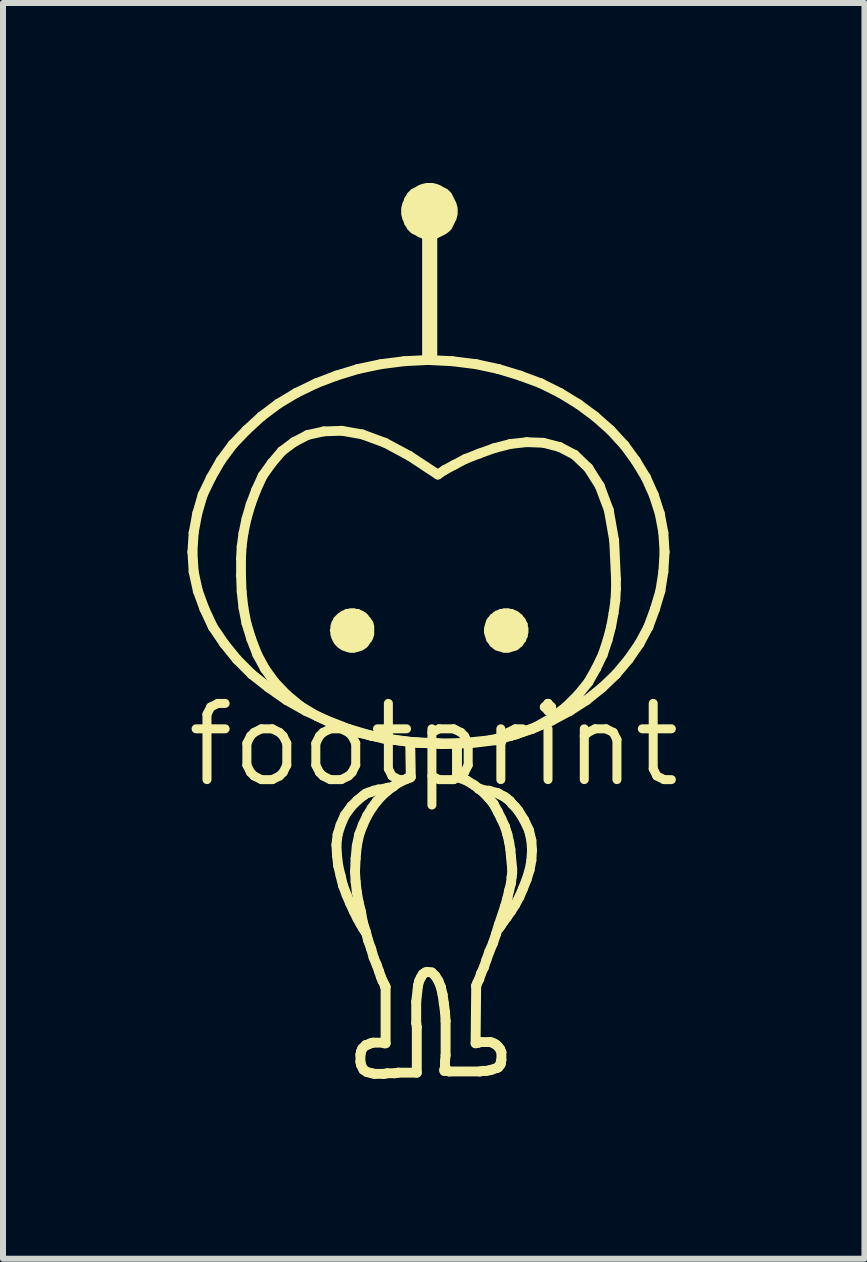
<source format=kicad_pcb>
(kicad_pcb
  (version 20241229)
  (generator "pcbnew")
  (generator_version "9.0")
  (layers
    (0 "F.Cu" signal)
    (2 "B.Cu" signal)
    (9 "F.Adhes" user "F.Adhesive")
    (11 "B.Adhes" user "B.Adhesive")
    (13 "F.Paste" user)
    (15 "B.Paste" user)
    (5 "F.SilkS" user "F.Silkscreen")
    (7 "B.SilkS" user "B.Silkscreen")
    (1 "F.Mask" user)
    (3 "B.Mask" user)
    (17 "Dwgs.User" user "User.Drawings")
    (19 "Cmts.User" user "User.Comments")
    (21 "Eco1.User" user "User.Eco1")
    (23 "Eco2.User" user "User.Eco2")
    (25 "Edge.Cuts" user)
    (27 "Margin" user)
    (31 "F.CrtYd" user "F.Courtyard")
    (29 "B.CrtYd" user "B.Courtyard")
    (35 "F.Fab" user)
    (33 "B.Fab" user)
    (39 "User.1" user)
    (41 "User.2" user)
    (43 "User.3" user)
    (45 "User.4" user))
  (footprint "footprint"
    (layer "F.Cu")
    (at 4.18 9.366)
    (property "Reference" "footprint" (at 0 0 0) (layer "F.SilkS") (effects (font (size 1.27 1.27) (thickness 0.15))))
    (fp_line (start -4.022 -3.215) (end -4.002 -3.535) (stroke (width 0.165) (type solid)) (layer "F.SilkS"))
    (fp_line (start -4.002 -3.535) (end -3.942 -3.855) (stroke (width 0.165) (type solid)) (layer "F.SilkS"))
    (fp_line (start -4.002 -2.885) (end -4.022 -3.215) (stroke (width 0.165) (type solid)) (layer "F.SilkS"))
    (fp_line (start -3.942 -3.855) (end -3.852 -4.165) (stroke (width 0.165) (type solid)) (layer "F.SilkS"))
    (fp_line (start -3.932 -2.565) (end -4.002 -2.885) (stroke (width 0.165) (type solid)) (layer "F.SilkS"))
    (fp_line (start -3.852 -4.165) (end -3.712 -4.455) (stroke (width 0.165) (type solid)) (layer "F.SilkS"))
    (fp_line (start -3.822 -2.265) (end -3.932 -2.565) (stroke (width 0.165) (type solid)) (layer "F.SilkS"))
    (fp_line (start -3.712 -4.455) (end -3.552 -4.735) (stroke (width 0.165) (type solid)) (layer "F.SilkS"))
    (fp_line (start -3.682 -1.965) (end -3.822 -2.265) (stroke (width 0.165) (type solid)) (layer "F.SilkS"))
    (fp_line (start -3.552 -4.735) (end -3.352 -5.005) (stroke (width 0.165) (type solid)) (layer "F.SilkS"))
    (fp_line (start -3.492 -1.685) (end -3.682 -1.965) (stroke (width 0.165) (type solid)) (layer "F.SilkS"))
    (fp_line (start -3.352 -5.005) (end -3.122 -5.245) (stroke (width 0.165) (type solid)) (layer "F.SilkS"))
    (fp_line (start -3.282 -1.425) (end -3.492 -1.685) (stroke (width 0.165) (type solid)) (layer "F.SilkS"))
    (fp_line (start -3.212 -3.105) (end -3.202 -3.305) (stroke (width 0.163) (type solid)) (layer "F.SilkS"))
    (fp_line (start -3.212 -2.825) (end -3.212 -3.105) (stroke (width 0.163) (type solid)) (layer "F.SilkS"))
    (fp_line (start -3.202 -3.305) (end -3.172 -3.525) (stroke (width 0.163) (type solid)) (layer "F.SilkS"))
    (fp_line (start -3.202 -2.555) (end -3.212 -2.825) (stroke (width 0.163) (type solid)) (layer "F.SilkS"))
    (fp_line (start -3.172 -3.525) (end -3.122 -3.765) (stroke (width 0.163) (type solid)) (layer "F.SilkS"))
    (fp_line (start -3.172 -2.285) (end -3.202 -2.555) (stroke (width 0.163) (type solid)) (layer "F.SilkS"))
    (fp_line (start -3.122 -5.245) (end -2.872 -5.475) (stroke (width 0.165) (type solid)) (layer "F.SilkS"))
    (fp_line (start -3.122 -3.765) (end -3.052 -4.005) (stroke (width 0.163) (type solid)) (layer "F.SilkS"))
    (fp_line (start -3.122 -2.025) (end -3.172 -2.285) (stroke (width 0.163) (type solid)) (layer "F.SilkS"))
    (fp_line (start -3.052 -4.005) (end -2.962 -4.245) (stroke (width 0.163) (type solid)) (layer "F.SilkS"))
    (fp_line (start -3.042 -1.765) (end -3.122 -2.025) (stroke (width 0.163) (type solid)) (layer "F.SilkS"))
    (fp_line (start -3.032 -1.175) (end -3.282 -1.425) (stroke (width 0.165) (type solid)) (layer "F.SilkS"))
    (fp_line (start -2.962 -4.245) (end -2.852 -4.485) (stroke (width 0.163) (type solid)) (layer "F.SilkS"))
    (fp_line (start -2.942 -1.505) (end -3.042 -1.765) (stroke (width 0.163) (type solid)) (layer "F.SilkS"))
    (fp_line (start -2.872 -5.475) (end -2.592 -5.685) (stroke (width 0.165) (type solid)) (layer "F.SilkS"))
    (fp_line (start -2.852 -4.485) (end -2.702 -4.695) (stroke (width 0.163) (type solid)) (layer "F.SilkS"))
    (fp_line (start -2.812 -1.265) (end -2.942 -1.505) (stroke (width 0.163) (type solid)) (layer "F.SilkS"))
    (fp_line (start -2.752 -0.955) (end -3.032 -1.175) (stroke (width 0.165) (type solid)) (layer "F.SilkS"))
    (fp_line (start -2.702 -4.695) (end -2.532 -4.895) (stroke (width 0.163) (type solid)) (layer "F.SilkS"))
    (fp_line (start -2.652 -1.045) (end -2.812 -1.265) (stroke (width 0.163) (type solid)) (layer "F.SilkS"))
    (fp_line (start -2.592 -5.685) (end -2.292 -5.865) (stroke (width 0.165) (type solid)) (layer "F.SilkS"))
    (fp_line (start -2.532 -4.895) (end -2.332 -5.045) (stroke (width 0.163) (type solid)) (layer "F.SilkS"))
    (fp_line (start -2.452 -0.835) (end -2.652 -1.045) (stroke (width 0.163) (type solid)) (layer "F.SilkS"))
    (fp_line (start -2.452 -0.745) (end -2.752 -0.955) (stroke (width 0.165) (type solid)) (layer "F.SilkS"))
    (fp_line (start -2.332 -5.045) (end -2.102 -5.165) (stroke (width 0.163) (type solid)) (layer "F.SilkS"))
    (fp_line (start -2.292 -5.865) (end -1.962 -6.025) (stroke (width 0.165) (type solid)) (layer "F.SilkS"))
    (fp_line (start -2.222 -0.645) (end -2.452 -0.835) (stroke (width 0.163) (type solid)) (layer "F.SilkS"))
    (fp_line (start -2.132 -0.565) (end -2.452 -0.745) (stroke (width 0.165) (type solid)) (layer "F.SilkS"))
    (fp_line (start -2.102 -5.165) (end -1.832 -5.225) (stroke (width 0.163) (type solid)) (layer "F.SilkS"))
    (fp_line (start -1.962 -6.025) (end -1.622 -6.155) (stroke (width 0.165) (type solid)) (layer "F.SilkS"))
    (fp_line (start -1.942 -0.475) (end -2.222 -0.645) (stroke (width 0.163) (type solid)) (layer "F.SilkS"))
    (fp_line (start -1.832 -5.225) (end -1.532 -5.235) (stroke (width 0.163) (type solid)) (layer "F.SilkS"))
    (fp_line (start -1.782 -0.405) (end -2.132 -0.565) (stroke (width 0.165) (type solid)) (layer "F.SilkS"))
    (fp_line (start -1.622 -6.155) (end -1.262 -6.265) (stroke (width 0.165) (type solid)) (layer "F.SilkS"))
    (fp_line (start -1.622 -0.325) (end -1.942 -0.475) (stroke (width 0.163) (type solid)) (layer "F.SilkS"))
    (fp_line (start -1.622 1.665) (end -1.602 1.495) (stroke (width 0.165) (type solid)) (layer "F.SilkS"))
    (fp_line (start -1.612 1.845) (end -1.622 1.665) (stroke (width 0.165) (type solid)) (layer "F.SilkS"))
    (fp_line (start -1.602 1.495) (end -1.552 1.335) (stroke (width 0.165) (type solid)) (layer "F.SilkS"))
    (fp_line (start -1.592 2.015) (end -1.612 1.845) (stroke (width 0.165) (type solid)) (layer "F.SilkS"))
    (fp_line (start -1.552 1.335) (end -1.482 1.175) (stroke (width 0.165) (type solid)) (layer "F.SilkS"))
    (fp_line (start -1.552 2.185) (end -1.592 2.015) (stroke (width 0.165) (type solid)) (layer "F.SilkS"))
    (fp_line (start -1.532 -5.235) (end -1.192 -5.175) (stroke (width 0.163) (type solid)) (layer "F.SilkS"))
    (fp_line (start -1.512 2.345) (end -1.552 2.185) (stroke (width 0.165) (type solid)) (layer "F.SilkS"))
    (fp_line (start -1.482 1.175) (end -1.372 1.025) (stroke (width 0.165) (type solid)) (layer "F.SilkS"))
    (fp_line (start -1.452 2.505) (end -1.512 2.345) (stroke (width 0.165) (type solid)) (layer "F.SilkS"))
    (fp_line (start -1.422 -0.265) (end -1.782 -0.405) (stroke (width 0.165) (type solid)) (layer "F.SilkS"))
    (fp_line (start -1.392 2.645) (end -1.452 2.505) (stroke (width 0.165) (type solid)) (layer "F.SilkS"))
    (fp_line (start -1.372 1.025) (end -1.272 0.925) (stroke (width 0.165) (type solid)) (layer "F.SilkS"))
    (fp_line (start -1.332 2.775) (end -1.392 2.645) (stroke (width 0.165) (type solid)) (layer "F.SilkS"))
    (fp_line (start -1.312 2.115) (end -1.302 1.895) (stroke (width 0.165) (type solid)) (layer "F.SilkS"))
    (fp_line (start -1.302 1.895) (end -1.282 1.685) (stroke (width 0.165) (type solid)) (layer "F.SilkS"))
    (fp_line (start -1.302 2.285) (end -1.312 2.115) (stroke (width 0.165) (type solid)) (layer "F.SilkS"))
    (fp_line (start -1.282 1.685) (end -1.242 1.495) (stroke (width 0.165) (type solid)) (layer "F.SilkS"))
    (fp_line (start -1.282 2.455) (end -1.302 2.285) (stroke (width 0.165) (type solid)) (layer "F.SilkS"))
    (fp_line (start -1.272 0.925) (end -1.172 0.845) (stroke (width 0.165) (type solid)) (layer "F.SilkS"))
    (fp_line (start -1.272 2.895) (end -1.332 2.775) (stroke (width 0.165) (type solid)) (layer "F.SilkS"))
    (fp_line (start -1.262 -6.265) (end -0.882 -6.345) (stroke (width 0.165) (type solid)) (layer "F.SilkS"))
    (fp_line (start -1.262 -0.205) (end -1.622 -0.325) (stroke (width 0.163) (type solid)) (layer "F.SilkS"))
    (fp_line (start -1.252 2.625) (end -1.282 2.455) (stroke (width 0.165) (type solid)) (layer "F.SilkS"))
    (fp_line (start -1.242 1.495) (end -1.182 1.335) (stroke (width 0.165) (type solid)) (layer "F.SilkS"))
    (fp_line (start -1.222 2.985) (end -1.272 2.895) (stroke (width 0.165) (type solid)) (layer "F.SilkS"))
    (fp_line (start -1.222 5.165) (end -1.212 5.115) (stroke (width 0.165) (type solid)) (layer "F.SilkS"))
    (fp_line (start -1.222 5.285) (end -1.222 5.165) (stroke (width 0.165) (type solid)) (layer "F.SilkS"))
    (fp_line (start -1.212 2.785) (end -1.252 2.625) (stroke (width 0.165) (type solid)) (layer "F.SilkS"))
    (fp_line (start -1.212 5.115) (end -1.192 5.065) (stroke (width 0.165) (type solid)) (layer "F.SilkS"))
    (fp_line (start -1.212 5.335) (end -1.222 5.285) (stroke (width 0.165) (type solid)) (layer "F.SilkS"))
    (fp_line (start -1.192 -5.175) (end -0.812 -5.035) (stroke (width 0.163) (type solid)) (layer "F.SilkS"))
    (fp_line (start -1.192 5.065) (end -1.132 5.005) (stroke (width 0.165) (type solid)) (layer "F.SilkS"))
    (fp_line (start -1.182 1.335) (end -1.112 1.185) (stroke (width 0.165) (type solid)) (layer "F.SilkS"))
    (fp_line (start -1.182 2.955) (end -1.212 2.785) (stroke (width 0.165) (type solid)) (layer "F.SilkS"))
    (fp_line (start -1.182 3.055) (end -1.222 2.985) (stroke (width 0.165) (type solid)) (layer "F.SilkS"))
    (fp_line (start -1.172 0.845) (end -1.132 0.815) (stroke (width 0.165) (type solid)) (layer "F.SilkS"))
    (fp_line (start -1.172 5.415) (end -1.212 5.335) (stroke (width 0.165) (type solid)) (layer "F.SilkS"))
    (fp_line (start -1.152 3.095) (end -1.182 3.055) (stroke (width 0.165) (type solid)) (layer "F.SilkS"))
    (fp_line (start -1.142 3.115) (end -1.152 3.095) (stroke (width 0.165) (type solid)) (layer "F.SilkS"))
    (fp_line (start -1.132 0.815) (end -1.082 0.795) (stroke (width 0.165) (type solid)) (layer "F.SilkS"))
    (fp_line (start -1.132 3.115) (end -1.182 2.955) (stroke (width 0.165) (type solid)) (layer "F.SilkS"))
    (fp_line (start -1.132 5.005) (end -1.092 4.995) (stroke (width 0.165) (type solid)) (layer "F.SilkS"))
    (fp_line (start -1.112 1.185) (end -1.032 1.055) (stroke (width 0.165) (type solid)) (layer "F.SilkS"))
    (fp_line (start -1.112 5.455) (end -1.172 5.415) (stroke (width 0.165) (type solid)) (layer "F.SilkS"))
    (fp_line (start -1.092 3.265) (end -1.132 3.115) (stroke (width 0.165) (type solid)) (layer "F.SilkS"))
    (fp_line (start -1.092 4.995) (end -1.052 4.975) (stroke (width 0.165) (type solid)) (layer "F.SilkS"))
    (fp_line (start -1.082 0.795) (end -1.042 0.785) (stroke (width 0.165) (type solid)) (layer "F.SilkS"))
    (fp_line (start -1.052 -0.155) (end -1.422 -0.265) (stroke (width 0.165) (type solid)) (layer "F.SilkS"))
    (fp_line (start -1.052 4.975) (end -1.012 4.965) (stroke (width 0.165) (type solid)) (layer "F.SilkS"))
    (fp_line (start -1.042 0.785) (end -1.002 0.765) (stroke (width 0.165) (type solid)) (layer "F.SilkS"))
    (fp_line (start -1.042 3.405) (end -1.092 3.265) (stroke (width 0.165) (type solid)) (layer "F.SilkS"))
    (fp_line (start -1.032 1.055) (end -0.952 0.945) (stroke (width 0.165) (type solid)) (layer "F.SilkS"))
    (fp_line (start -1.032 5.475) (end -1.112 5.455) (stroke (width 0.165) (type solid)) (layer "F.SilkS"))
    (fp_line (start -1.012 4.965) (end -0.842 4.965) (stroke (width 0.165) (type solid)) (layer "F.SilkS"))
    (fp_line (start -1.002 0.765) (end -0.922 0.745) (stroke (width 0.165) (type solid)) (layer "F.SilkS"))
    (fp_line (start -1.002 3.545) (end -1.042 3.405) (stroke (width 0.165) (type solid)) (layer "F.SilkS"))
    (fp_line (start -0.982 5.485) (end -1.032 5.475) (stroke (width 0.165) (type solid)) (layer "F.SilkS"))
    (fp_line (start -0.952 0.945) (end -0.862 0.845) (stroke (width 0.165) (type solid)) (layer "F.SilkS"))
    (fp_line (start -0.952 3.665) (end -1.002 3.545) (stroke (width 0.165) (type solid)) (layer "F.SilkS"))
    (fp_line (start -0.922 0.745) (end -0.882 0.745) (stroke (width 0.165) (type solid)) (layer "F.SilkS"))
    (fp_line (start -0.912 3.775) (end -0.952 3.665) (stroke (width 0.165) (type solid)) (layer "F.SilkS"))
    (fp_line (start -0.882 -6.345) (end -0.492 -6.395) (stroke (width 0.165) (type solid)) (layer "F.SilkS"))
    (fp_line (start -0.882 0.745) (end -0.762 0.715) (stroke (width 0.165) (type solid)) (layer "F.SilkS"))
    (fp_line (start -0.882 3.865) (end -0.912 3.775) (stroke (width 0.165) (type solid)) (layer "F.SilkS"))
    (fp_line (start -0.862 0.845) (end -0.772 0.765) (stroke (width 0.165) (type solid)) (layer "F.SilkS"))
    (fp_line (start -0.852 3.935) (end -0.882 3.865) (stroke (width 0.165) (type solid)) (layer "F.SilkS"))
    (fp_line (start -0.842 -0.105) (end -1.262 -0.205) (stroke (width 0.163) (type solid)) (layer "F.SilkS"))
    (fp_line (start -0.842 4.965) (end -0.822 4.975) (stroke (width 0.165) (type solid)) (layer "F.SilkS"))
    (fp_line (start -0.832 5.485) (end -0.982 5.485) (stroke (width 0.165) (type solid)) (layer "F.SilkS"))
    (fp_line (start -0.822 3.995) (end -0.852 3.935) (stroke (width 0.165) (type solid)) (layer "F.SilkS"))
    (fp_line (start -0.822 4.975) (end -0.802 4.975) (stroke (width 0.165) (type solid)) (layer "F.SilkS"))
    (fp_line (start -0.812 -5.035) (end -0.402 -4.815) (stroke (width 0.163) (type solid)) (layer "F.SilkS"))
    (fp_line (start -0.812 4.025) (end -0.822 3.995) (stroke (width 0.165) (type solid)) (layer "F.SilkS"))
    (fp_line (start -0.802 4.035) (end -0.812 4.025) (stroke (width 0.165) (type solid)) (layer "F.SilkS"))
    (fp_line (start -0.802 4.975) (end -0.802 4.035) (stroke (width 0.165) (type solid)) (layer "F.SilkS"))
    (fp_line (start -0.772 0.765) (end -0.612 0.645) (stroke (width 0.165) (type solid)) (layer "F.SilkS"))
    (fp_line (start -0.772 5.475) (end -0.832 5.485) (stroke (width 0.165) (type solid)) (layer "F.SilkS"))
    (fp_line (start -0.762 0.715) (end -0.722 0.715) (stroke (width 0.165) (type solid)) (layer "F.SilkS"))
    (fp_line (start -0.722 0.715) (end -0.672 0.695) (stroke (width 0.165) (type solid)) (layer "F.SilkS"))
    (fp_line (start -0.662 -0.085) (end -1.052 -0.155) (stroke (width 0.165) (type solid)) (layer "F.SilkS"))
    (fp_line (start -0.652 5.475) (end -0.772 5.475) (stroke (width 0.165) (type solid)) (layer "F.SilkS"))
    (fp_line (start -0.612 0.645) (end -0.432 0.555) (stroke (width 0.165) (type solid)) (layer "F.SilkS"))
    (fp_line (start -0.592 5.465) (end -0.652 5.475) (stroke (width 0.165) (type solid)) (layer "F.SilkS"))
    (fp_line (start -0.492 -6.395) (end -0.092 -6.415) (stroke (width 0.165) (type solid)) (layer "F.SilkS"))
    (fp_line (start -0.432 0.555) (end -0.392 0.545) (stroke (width 0.165) (type solid)) (layer "F.SilkS"))
    (fp_line (start -0.402 -4.815) (end 0.068 -4.505) (stroke (width 0.163) (type solid)) (layer "F.SilkS"))
    (fp_line (start -0.392 -0.045) (end 0.388 -0.015) (stroke (width 0.165) (type solid)) (layer "F.SilkS"))
    (fp_line (start -0.392 0.545) (end -0.382 0.535) (stroke (width 0.165) (type solid)) (layer "F.SilkS"))
    (fp_line (start -0.382 -0.045) (end -0.842 -0.105) (stroke (width 0.163) (type solid)) (layer "F.SilkS"))
    (fp_line (start -0.382 0.535) (end -0.392 -0.045) (stroke (width 0.165) (type solid)) (layer "F.SilkS"))
    (fp_line (start -0.292 4.285) (end -0.292 4.635) (stroke (width 0.165) (type solid)) (layer "F.SilkS"))
    (fp_line (start -0.292 4.635) (end -0.282 4.705) (stroke (width 0.165) (type solid)) (layer "F.SilkS"))
    (fp_line (start -0.282 4.705) (end -0.282 5.465) (stroke (width 0.165) (type solid)) (layer "F.SilkS"))
    (fp_line (start -0.282 5.465) (end -0.592 5.465) (stroke (width 0.165) (type solid)) (layer "F.SilkS"))
    (fp_line (start -0.262 -0.035) (end -0.662 -0.085) (stroke (width 0.165) (type solid)) (layer "F.SilkS"))
    (fp_line (start -0.262 4.015) (end -0.292 4.285) (stroke (width 0.165) (type solid)) (layer "F.SilkS"))
    (fp_line (start -0.242 3.935) (end -0.262 4.015) (stroke (width 0.165) (type solid)) (layer "F.SilkS"))
    (fp_line (start -0.212 3.875) (end -0.242 3.935) (stroke (width 0.165) (type solid)) (layer "F.SilkS"))
    (fp_line (start -0.182 3.825) (end -0.212 3.875) (stroke (width 0.165) (type solid)) (layer "F.SilkS"))
    (fp_line (start -0.142 3.795) (end -0.182 3.825) (stroke (width 0.165) (type solid)) (layer "F.SilkS"))
    (fp_line (start -0.102 3.785) (end -0.142 3.795) (stroke (width 0.165) (type solid)) (layer "F.SilkS"))
    (fp_line (start -0.092 -6.415) (end 0.308 -6.395) (stroke (width 0.165) (type solid)) (layer "F.SilkS"))
    (fp_line (start -0.032 3.795) (end -0.102 3.785) (stroke (width 0.165) (type solid)) (layer "F.SilkS"))
    (fp_line (start 0.028 3.855) (end -0.032 3.795) (stroke (width 0.165) (type solid)) (layer "F.SilkS"))
    (fp_line (start 0.068 -4.505) (end 0.188 -4.585) (stroke (width 0.163) (type solid)) (layer "F.SilkS"))
    (fp_line (start 0.078 3.935) (end 0.028 3.855) (stroke (width 0.165) (type solid)) (layer "F.SilkS"))
    (fp_line (start 0.118 4.035) (end 0.078 3.935) (stroke (width 0.165) (type solid)) (layer "F.SilkS"))
    (fp_line (start 0.138 -0.015) (end -0.382 -0.045) (stroke (width 0.163) (type solid)) (layer "F.SilkS"))
    (fp_line (start 0.148 -0.015) (end -0.262 -0.035) (stroke (width 0.165) (type solid)) (layer "F.SilkS"))
    (fp_line (start 0.148 4.165) (end 0.118 4.035) (stroke (width 0.165) (type solid)) (layer "F.SilkS"))
    (fp_line (start 0.168 4.305) (end 0.148 4.165) (stroke (width 0.165) (type solid)) (layer "F.SilkS"))
    (fp_line (start 0.178 5.415) (end 0.188 5.365) (stroke (width 0.165) (type solid)) (layer "F.SilkS"))
    (fp_line (start 0.178 5.435) (end 0.178 5.415) (stroke (width 0.165) (type solid)) (layer "F.SilkS"))
    (fp_line (start 0.188 -4.585) (end 0.338 -4.665) (stroke (width 0.163) (type solid)) (layer "F.SilkS"))
    (fp_line (start 0.188 4.455) (end 0.168 4.305) (stroke (width 0.165) (type solid)) (layer "F.SilkS"))
    (fp_line (start 0.188 5.275) (end 0.198 5.175) (stroke (width 0.165) (type solid)) (layer "F.SilkS"))
    (fp_line (start 0.188 5.365) (end 0.188 5.275) (stroke (width 0.165) (type solid)) (layer "F.SilkS"))
    (fp_line (start 0.198 4.605) (end 0.188 4.455) (stroke (width 0.165) (type solid)) (layer "F.SilkS"))
    (fp_line (start 0.198 5.175) (end 0.198 4.605) (stroke (width 0.165) (type solid)) (layer "F.SilkS"))
    (fp_line (start 0.238 5.435) (end 0.178 5.435) (stroke (width 0.165) (type solid)) (layer "F.SilkS"))
    (fp_line (start 0.258 5.445) (end 0.238 5.435) (stroke (width 0.165) (type solid)) (layer "F.SilkS"))
    (fp_line (start 0.308 -6.395) (end 0.708 -6.345) (stroke (width 0.165) (type solid)) (layer "F.SilkS"))
    (fp_line (start 0.338 -4.665) (end 0.528 -4.765) (stroke (width 0.163) (type solid)) (layer "F.SilkS"))
    (fp_line (start 0.388 -0.015) (end 0.388 0.535) (stroke (width 0.165) (type solid)) (layer "F.SilkS"))
    (fp_line (start 0.388 0.535) (end 0.548 0.595) (stroke (width 0.165) (type solid)) (layer "F.SilkS"))
    (fp_line (start 0.528 -4.765) (end 0.758 -4.855) (stroke (width 0.163) (type solid)) (layer "F.SilkS"))
    (fp_line (start 0.548 -0.035) (end 0.148 -0.015) (stroke (width 0.165) (type solid)) (layer "F.SilkS"))
    (fp_line (start 0.548 0.595) (end 0.678 0.675) (stroke (width 0.165) (type solid)) (layer "F.SilkS"))
    (fp_line (start 0.608 -0.025) (end 0.138 -0.015) (stroke (width 0.163) (type solid)) (layer "F.SilkS"))
    (fp_line (start 0.678 0.675) (end 0.798 0.765) (stroke (width 0.165) (type solid)) (layer "F.SilkS"))
    (fp_line (start 0.698 4.975) (end 0.708 4.965) (stroke (width 0.165) (type solid)) (layer "F.SilkS"))
    (fp_line (start 0.708 -6.345) (end 1.078 -6.265) (stroke (width 0.165) (type solid)) (layer "F.SilkS"))
    (fp_line (start 0.708 4.015) (end 0.708 4.025) (stroke (width 0.165) (type solid)) (layer "F.SilkS"))
    (fp_line (start 0.708 4.025) (end 0.698 4.975) (stroke (width 0.165) (type solid)) (layer "F.SilkS"))
    (fp_line (start 0.708 4.965) (end 0.748 4.965) (stroke (width 0.165) (type solid)) (layer "F.SilkS"))
    (fp_line (start 0.728 3.965) (end 0.708 4.015) (stroke (width 0.165) (type solid)) (layer "F.SilkS"))
    (fp_line (start 0.748 4.965) (end 0.778 4.955) (stroke (width 0.165) (type solid)) (layer "F.SilkS"))
    (fp_line (start 0.758 -4.855) (end 1.008 -4.945) (stroke (width 0.163) (type solid)) (layer "F.SilkS"))
    (fp_line (start 0.758 3.905) (end 0.728 3.965) (stroke (width 0.165) (type solid)) (layer "F.SilkS"))
    (fp_line (start 0.768 5.445) (end 0.258 5.445) (stroke (width 0.165) (type solid)) (layer "F.SilkS"))
    (fp_line (start 0.778 4.955) (end 0.938 4.955) (stroke (width 0.165) (type solid)) (layer "F.SilkS"))
    (fp_line (start 0.788 3.815) (end 0.758 3.905) (stroke (width 0.165) (type solid)) (layer "F.SilkS"))
    (fp_line (start 0.798 0.745) (end 0.748 0.735) (stroke (width 0.165) (type solid)) (layer "F.SilkS"))
    (fp_line (start 0.798 0.765) (end 0.908 0.875) (stroke (width 0.165) (type solid)) (layer "F.SilkS"))
    (fp_line (start 0.828 5.435) (end 0.768 5.445) (stroke (width 0.165) (type solid)) (layer "F.SilkS"))
    (fp_line (start 0.838 3.705) (end 0.788 3.815) (stroke (width 0.165) (type solid)) (layer "F.SilkS"))
    (fp_line (start 0.878 0.765) (end 0.798 0.745) (stroke (width 0.165) (type solid)) (layer "F.SilkS"))
    (fp_line (start 0.878 3.585) (end 0.838 3.705) (stroke (width 0.165) (type solid)) (layer "F.SilkS"))
    (fp_line (start 0.878 5.435) (end 0.828 5.435) (stroke (width 0.165) (type solid)) (layer "F.SilkS"))
    (fp_line (start 0.908 0.875) (end 0.998 0.985) (stroke (width 0.165) (type solid)) (layer "F.SilkS"))
    (fp_line (start 0.918 0.765) (end 0.878 0.765) (stroke (width 0.165) (type solid)) (layer "F.SilkS"))
    (fp_line (start 0.928 -0.075) (end 0.548 -0.035) (stroke (width 0.165) (type solid)) (layer "F.SilkS"))
    (fp_line (start 0.928 3.445) (end 0.878 3.585) (stroke (width 0.165) (type solid)) (layer "F.SilkS"))
    (fp_line (start 0.928 5.425) (end 0.878 5.435) (stroke (width 0.165) (type solid)) (layer "F.SilkS"))
    (fp_line (start 0.938 4.955) (end 0.978 4.965) (stroke (width 0.165) (type solid)) (layer "F.SilkS"))
    (fp_line (start 0.948 0.775) (end 0.918 0.765) (stroke (width 0.165) (type solid)) (layer "F.SilkS"))
    (fp_line (start 0.968 5.415) (end 0.928 5.425) (stroke (width 0.165) (type solid)) (layer "F.SilkS"))
    (fp_line (start 0.978 4.965) (end 1.018 4.985) (stroke (width 0.165) (type solid)) (layer "F.SilkS"))
    (fp_line (start 0.988 3.305) (end 0.928 3.445) (stroke (width 0.165) (type solid)) (layer "F.SilkS"))
    (fp_line (start 0.998 0.985) (end 1.068 1.115) (stroke (width 0.165) (type solid)) (layer "F.SilkS"))
    (fp_line (start 1.008 -4.945) (end 1.278 -5.015) (stroke (width 0.163) (type solid)) (layer "F.SilkS"))
    (fp_line (start 1.018 -0.075) (end 0.608 -0.025) (stroke (width 0.163) (type solid)) (layer "F.SilkS"))
    (fp_line (start 1.018 4.985) (end 1.048 5.005) (stroke (width 0.165) (type solid)) (layer "F.SilkS"))
    (fp_line (start 1.038 3.155) (end 0.988 3.305) (stroke (width 0.165) (type solid)) (layer "F.SilkS"))
    (fp_line (start 1.048 5.005) (end 1.078 5.035) (stroke (width 0.165) (type solid)) (layer "F.SilkS"))
    (fp_line (start 1.058 5.385) (end 0.968 5.415) (stroke (width 0.165) (type solid)) (layer "F.SilkS"))
    (fp_line (start 1.068 0.805) (end 0.948 0.775) (stroke (width 0.165) (type solid)) (layer "F.SilkS"))
    (fp_line (start 1.068 1.115) (end 1.128 1.235) (stroke (width 0.165) (type solid)) (layer "F.SilkS"))
    (fp_line (start 1.068 3.065) (end 1.088 3.055) (stroke (width 0.165) (type solid)) (layer "F.SilkS"))
    (fp_line (start 1.078 -6.265) (end 1.438 -6.155) (stroke (width 0.165) (type solid)) (layer "F.SilkS"))
    (fp_line (start 1.078 5.035) (end 1.108 5.075) (stroke (width 0.165) (type solid)) (layer "F.SilkS"))
    (fp_line (start 1.078 5.375) (end 1.058 5.385) (stroke (width 0.165) (type solid)) (layer "F.SilkS"))
    (fp_line (start 1.088 2.995) (end 1.038 3.155) (stroke (width 0.165) (type solid)) (layer "F.SilkS"))
    (fp_line (start 1.088 3.055) (end 1.118 3.015) (stroke (width 0.165) (type solid)) (layer "F.SilkS"))
    (fp_line (start 1.088 5.355) (end 1.078 5.375) (stroke (width 0.165) (type solid)) (layer "F.SilkS"))
    (fp_line (start 1.098 0.825) (end 1.068 0.805) (stroke (width 0.165) (type solid)) (layer "F.SilkS"))
    (fp_line (start 1.108 5.075) (end 1.128 5.125) (stroke (width 0.165) (type solid)) (layer "F.SilkS"))
    (fp_line (start 1.108 5.335) (end 1.088 5.355) (stroke (width 0.165) (type solid)) (layer "F.SilkS"))
    (fp_line (start 1.118 3.015) (end 1.158 2.955) (stroke (width 0.165) (type solid)) (layer "F.SilkS"))
    (fp_line (start 1.118 5.285) (end 1.118 5.315) (stroke (width 0.165) (type solid)) (layer "F.SilkS"))
    (fp_line (start 1.118 5.315) (end 1.108 5.335) (stroke (width 0.165) (type solid)) (layer "F.SilkS"))
    (fp_line (start 1.128 1.235) (end 1.188 1.365) (stroke (width 0.165) (type solid)) (layer "F.SilkS"))
    (fp_line (start 1.128 5.125) (end 1.128 5.255) (stroke (width 0.165) (type solid)) (layer "F.SilkS"))
    (fp_line (start 1.128 5.255) (end 1.118 5.285) (stroke (width 0.165) (type solid)) (layer "F.SilkS"))
    (fp_line (start 1.158 2.955) (end 1.218 2.875) (stroke (width 0.165) (type solid)) (layer "F.SilkS"))
    (fp_line (start 1.178 0.865) (end 1.098 0.825) (stroke (width 0.165) (type solid)) (layer "F.SilkS"))
    (fp_line (start 1.188 1.365) (end 1.228 1.495) (stroke (width 0.165) (type solid)) (layer "F.SilkS"))
    (fp_line (start 1.188 2.695) (end 1.088 2.995) (stroke (width 0.165) (type solid)) (layer "F.SilkS"))
    (fp_line (start 1.218 0.895) (end 1.178 0.865) (stroke (width 0.165) (type solid)) (layer "F.SilkS"))
    (fp_line (start 1.218 2.875) (end 1.288 2.775) (stroke (width 0.165) (type solid)) (layer "F.SilkS"))
    (fp_line (start 1.228 1.495) (end 1.258 1.625) (stroke (width 0.165) (type solid)) (layer "F.SilkS"))
    (fp_line (start 1.228 2.555) (end 1.188 2.695) (stroke (width 0.165) (type solid)) (layer "F.SilkS"))
    (fp_line (start 1.258 1.625) (end 1.278 1.745) (stroke (width 0.165) (type solid)) (layer "F.SilkS"))
    (fp_line (start 1.258 2.425) (end 1.228 2.555) (stroke (width 0.165) (type solid)) (layer "F.SilkS"))
    (fp_line (start 1.268 0.935) (end 1.218 0.895) (stroke (width 0.165) (type solid)) (layer "F.SilkS"))
    (fp_line (start 1.278 -5.015) (end 1.548 -5.045) (stroke (width 0.163) (type solid)) (layer "F.SilkS"))
    (fp_line (start 1.278 1.745) (end 1.288 1.865) (stroke (width 0.165) (type solid)) (layer "F.SilkS"))
    (fp_line (start 1.288 1.865) (end 1.308 2.065) (stroke (width 0.165) (type solid)) (layer "F.SilkS"))
    (fp_line (start 1.288 2.305) (end 1.258 2.425) (stroke (width 0.165) (type solid)) (layer "F.SilkS"))
    (fp_line (start 1.288 2.775) (end 1.358 2.665) (stroke (width 0.165) (type solid)) (layer "F.SilkS"))
    (fp_line (start 1.298 -0.155) (end 0.928 -0.075) (stroke (width 0.165) (type solid)) (layer "F.SilkS"))
    (fp_line (start 1.298 2.205) (end 1.288 2.305) (stroke (width 0.165) (type solid)) (layer "F.SilkS"))
    (fp_line (start 1.308 0.985) (end 1.268 0.935) (stroke (width 0.165) (type solid)) (layer "F.SilkS"))
    (fp_line (start 1.308 2.065) (end 1.308 2.135) (stroke (width 0.165) (type solid)) (layer "F.SilkS"))
    (fp_line (start 1.308 2.135) (end 1.298 2.205) (stroke (width 0.165) (type solid)) (layer "F.SilkS"))
    (fp_line (start 1.358 1.035) (end 1.308 0.985) (stroke (width 0.165) (type solid)) (layer "F.SilkS"))
    (fp_line (start 1.358 2.665) (end 1.428 2.535) (stroke (width 0.165) (type solid)) (layer "F.SilkS"))
    (fp_line (start 1.378 -0.175) (end 1.018 -0.075) (stroke (width 0.163) (type solid)) (layer "F.SilkS"))
    (fp_line (start 1.408 1.095) (end 1.358 1.035) (stroke (width 0.165) (type solid)) (layer "F.SilkS"))
    (fp_line (start 1.428 2.535) (end 1.488 2.395) (stroke (width 0.165) (type solid)) (layer "F.SilkS"))
    (fp_line (start 1.438 -6.155) (end 1.788 -6.025) (stroke (width 0.165) (type solid)) (layer "F.SilkS"))
    (fp_line (start 1.488 2.395) (end 1.548 2.245) (stroke (width 0.165) (type solid)) (layer "F.SilkS"))
    (fp_line (start 1.508 1.255) (end 1.408 1.095) (stroke (width 0.165) (type solid)) (layer "F.SilkS"))
    (fp_line (start 1.548 -5.045) (end 1.828 -5.035) (stroke (width 0.163) (type solid)) (layer "F.SilkS"))
    (fp_line (start 1.548 2.245) (end 1.598 2.085) (stroke (width 0.165) (type solid)) (layer "F.SilkS"))
    (fp_line (start 1.588 1.425) (end 1.508 1.255) (stroke (width 0.165) (type solid)) (layer "F.SilkS"))
    (fp_line (start 1.598 2.085) (end 1.628 1.925) (stroke (width 0.165) (type solid)) (layer "F.SilkS"))
    (fp_line (start 1.628 1.595) (end 1.588 1.425) (stroke (width 0.165) (type solid)) (layer "F.SilkS"))
    (fp_line (start 1.628 1.925) (end 1.638 1.755) (stroke (width 0.165) (type solid)) (layer "F.SilkS"))
    (fp_line (start 1.638 -0.265) (end 1.298 -0.155) (stroke (width 0.165) (type solid)) (layer "F.SilkS"))
    (fp_line (start 1.638 1.755) (end 1.628 1.595) (stroke (width 0.165) (type solid)) (layer "F.SilkS"))
    (fp_line (start 1.698 -0.295) (end 1.378 -0.175) (stroke (width 0.163) (type solid)) (layer "F.SilkS"))
    (fp_line (start 1.788 -6.025) (end 2.108 -5.865) (stroke (width 0.165) (type solid)) (layer "F.SilkS"))
    (fp_line (start 1.828 -5.035) (end 2.098 -4.965) (stroke (width 0.163) (type solid)) (layer "F.SilkS"))
    (fp_line (start 1.968 -0.405) (end 1.638 -0.265) (stroke (width 0.165) (type solid)) (layer "F.SilkS"))
    (fp_line (start 1.978 -0.455) (end 1.698 -0.295) (stroke (width 0.163) (type solid)) (layer "F.SilkS"))
    (fp_line (start 2.098 -4.965) (end 2.348 -4.835) (stroke (width 0.163) (type solid)) (layer "F.SilkS"))
    (fp_line (start 2.108 -5.865) (end 2.418 -5.675) (stroke (width 0.165) (type solid)) (layer "F.SilkS"))
    (fp_line (start 2.208 -0.635) (end 1.978 -0.455) (stroke (width 0.163) (type solid)) (layer "F.SilkS"))
    (fp_line (start 2.268 -0.565) (end 1.968 -0.405) (stroke (width 0.165) (type solid)) (layer "F.SilkS"))
    (fp_line (start 2.348 -4.835) (end 2.578 -4.615) (stroke (width 0.163) (type solid)) (layer "F.SilkS"))
    (fp_line (start 2.408 -0.835) (end 2.208 -0.635) (stroke (width 0.163) (type solid)) (layer "F.SilkS"))
    (fp_line (start 2.418 -5.675) (end 2.688 -5.475) (stroke (width 0.165) (type solid)) (layer "F.SilkS"))
    (fp_line (start 2.548 -0.745) (end 2.268 -0.565) (stroke (width 0.165) (type solid)) (layer "F.SilkS"))
    (fp_line (start 2.578 -4.615) (end 2.768 -4.315) (stroke (width 0.163) (type solid)) (layer "F.SilkS"))
    (fp_line (start 2.578 -1.045) (end 2.408 -0.835) (stroke (width 0.163) (type solid)) (layer "F.SilkS"))
    (fp_line (start 2.688 -5.475) (end 2.948 -5.245) (stroke (width 0.165) (type solid)) (layer "F.SilkS"))
    (fp_line (start 2.708 -1.275) (end 2.578 -1.045) (stroke (width 0.163) (type solid)) (layer "F.SilkS"))
    (fp_line (start 2.768 -4.315) (end 2.918 -3.915) (stroke (width 0.163) (type solid)) (layer "F.SilkS"))
    (fp_line (start 2.808 -0.955) (end 2.548 -0.745) (stroke (width 0.165) (type solid)) (layer "F.SilkS"))
    (fp_line (start 2.818 -1.505) (end 2.708 -1.275) (stroke (width 0.163) (type solid)) (layer "F.SilkS"))
    (fp_line (start 2.898 -1.745) (end 2.818 -1.505) (stroke (width 0.163) (type solid)) (layer "F.SilkS"))
    (fp_line (start 2.918 -3.915) (end 3.008 -3.405) (stroke (width 0.163) (type solid)) (layer "F.SilkS"))
    (fp_line (start 2.948 -5.245) (end 3.178 -4.995) (stroke (width 0.165) (type solid)) (layer "F.SilkS"))
    (fp_line (start 2.958 -1.975) (end 2.898 -1.745) (stroke (width 0.163) (type solid)) (layer "F.SilkS"))
    (fp_line (start 2.998 -2.195) (end 2.958 -1.975) (stroke (width 0.163) (type solid)) (layer "F.SilkS"))
    (fp_line (start 3.008 -3.405) (end 3.038 -2.765) (stroke (width 0.163) (type solid)) (layer "F.SilkS"))
    (fp_line (start 3.028 -2.405) (end 2.998 -2.195) (stroke (width 0.163) (type solid)) (layer "F.SilkS"))
    (fp_line (start 3.038 -2.765) (end 3.038 -2.595) (stroke (width 0.163) (type solid)) (layer "F.SilkS"))
    (fp_line (start 3.038 -2.595) (end 3.028 -2.405) (stroke (width 0.163) (type solid)) (layer "F.SilkS"))
    (fp_line (start 3.038 -1.175) (end 2.808 -0.955) (stroke (width 0.165) (type solid)) (layer "F.SilkS"))
    (fp_line (start 3.178 -4.995) (end 3.368 -4.735) (stroke (width 0.165) (type solid)) (layer "F.SilkS"))
    (fp_line (start 3.248 -1.425) (end 3.038 -1.175) (stroke (width 0.165) (type solid)) (layer "F.SilkS"))
    (fp_line (start 3.368 -4.735) (end 3.538 -4.455) (stroke (width 0.165) (type solid)) (layer "F.SilkS"))
    (fp_line (start 3.428 -1.685) (end 3.248 -1.425) (stroke (width 0.165) (type solid)) (layer "F.SilkS"))
    (fp_line (start 3.538 -4.455) (end 3.668 -4.165) (stroke (width 0.165) (type solid)) (layer "F.SilkS"))
    (fp_line (start 3.578 -1.965) (end 3.428 -1.685) (stroke (width 0.165) (type solid)) (layer "F.SilkS"))
    (fp_line (start 3.668 -4.165) (end 3.768 -3.855) (stroke (width 0.165) (type solid)) (layer "F.SilkS"))
    (fp_line (start 3.688 -2.265) (end 3.578 -1.965) (stroke (width 0.165) (type solid)) (layer "F.SilkS"))
    (fp_line (start 3.768 -3.855) (end 3.828 -3.535) (stroke (width 0.165) (type solid)) (layer "F.SilkS"))
    (fp_line (start 3.778 -2.565) (end 3.688 -2.265) (stroke (width 0.165) (type solid)) (layer "F.SilkS"))
    (fp_line (start 3.828 -3.535) (end 3.848 -3.215) (stroke (width 0.165) (type solid)) (layer "F.SilkS"))
    (fp_line (start 3.828 -2.885) (end 3.778 -2.565) (stroke (width 0.165) (type solid)) (layer "F.SilkS"))
    (fp_line (start 3.848 -3.215) (end 3.828 -2.885) (stroke (width 0.165) (type solid)) (layer "F.SilkS"))
    (fp_poly (pts (xy 0.059 -6.375) (xy -0.193 -6.375) (xy -0.193 -8.995) (xy 0.059 -8.995)) (stroke (width 0) (type solid)) (fill yes) (layer "F.SilkS"))
    (fp_poly (pts (xy 0.064 -9.345) (xy 0.118 -9.323) (xy 0.148 -9.303) (xy 0.23 -9.262) (xy 0.295 -9.197) (xy 0.377 -9.032) (xy 0.399 -8.948) (xy 0.399 -8.842) (xy 0.377 -8.758) (xy 0.295 -8.593) (xy 0.261 -8.559) (xy 0.22 -8.528) (xy 0.188 -8.507) (xy 0.065 -8.446) (xy 0.022 -8.435) (xy -0.03 -8.425) (xy -0.125 -8.425) (xy -0.208 -8.445) (xy -0.262 -8.467) (xy -0.292 -8.487) (xy -0.374 -8.528) (xy -0.439 -8.593) (xy -0.46 -8.634) (xy -0.491 -8.676) (xy -0.501 -8.718) (xy -0.521 -8.758) (xy -0.542 -8.842) (xy -0.542 -8.948) (xy -0.521 -9.032) (xy -0.501 -9.072) (xy -0.491 -9.114) (xy -0.46 -9.156) (xy -0.439 -9.197) (xy -0.374 -9.262) (xy -0.292 -9.303) (xy -0.262 -9.323) (xy -0.208 -9.345) (xy -0.125 -9.366) (xy -0.019 -9.366)) (stroke (width 0) (type solid)) (fill yes) (layer "F.SilkS"))
    (fp_poly (pts (xy -1.289 -2.265) (xy -1.246 -2.265) (xy -1.213 -2.244) (xy -1.183 -2.234) (xy -1.119 -2.191) (xy -1.096 -2.168) (xy -1.076 -2.138) (xy -1.056 -2.118) (xy -1.013 -2.054) (xy -1.002 -2.021) (xy -0.992 -1.978) (xy -0.992 -1.832) (xy -1.013 -1.767) (xy -1.035 -1.723) (xy -1.056 -1.702) (xy -1.096 -1.642) (xy -1.119 -1.619) (xy -1.183 -1.576) (xy -1.246 -1.555) (xy -1.286 -1.545) (xy -1.319 -1.534) (xy -1.395 -1.534) (xy -1.438 -1.545) (xy -1.531 -1.576) (xy -1.595 -1.619) (xy -1.648 -1.672) (xy -1.67 -1.705) (xy -1.701 -1.767) (xy -1.722 -1.832) (xy -1.722 -1.872) (xy -1.733 -1.904) (xy -1.722 -1.948) (xy -1.722 -1.978) (xy -1.712 -2.021) (xy -1.701 -2.054) (xy -1.681 -2.084) (xy -1.67 -2.116) (xy -1.595 -2.191) (xy -1.531 -2.234) (xy -1.501 -2.244) (xy -1.468 -2.265) (xy -1.435 -2.265) (xy -1.395 -2.276) (xy -1.319 -2.276)) (stroke (width 0) (type solid)) (fill yes) (layer "F.SilkS"))
    (fp_poly (pts (xy 1.281 -2.265) (xy 1.313 -2.265) (xy 1.356 -2.244) (xy 1.387 -2.234) (xy 1.421 -2.211) (xy 1.441 -2.191) (xy 1.473 -2.17) (xy 1.494 -2.138) (xy 1.514 -2.118) (xy 1.537 -2.084) (xy 1.547 -2.054) (xy 1.569 -2.021) (xy 1.569 -1.978) (xy 1.579 -1.948) (xy 1.579 -1.872) (xy 1.569 -1.832) (xy 1.569 -1.799) (xy 1.547 -1.767) (xy 1.537 -1.725) (xy 1.514 -1.702) (xy 1.473 -1.64) (xy 1.441 -1.619) (xy 1.421 -1.599) (xy 1.387 -1.576) (xy 1.354 -1.565) (xy 1.314 -1.555) (xy 1.251 -1.534) (xy 1.165 -1.534) (xy 1.102 -1.555) (xy 1.062 -1.565) (xy 1.029 -1.576) (xy 0.995 -1.599) (xy 0.975 -1.619) (xy 0.943 -1.64) (xy 0.902 -1.702) (xy 0.879 -1.725) (xy 0.868 -1.769) (xy 0.848 -1.829) (xy 0.838 -1.872) (xy 0.838 -1.948) (xy 0.848 -1.981) (xy 0.858 -2.021) (xy 0.879 -2.084) (xy 0.902 -2.118) (xy 0.922 -2.138) (xy 0.943 -2.17) (xy 0.975 -2.191) (xy 0.995 -2.211) (xy 1.029 -2.234) (xy 1.06 -2.244) (xy 1.103 -2.265) (xy 1.135 -2.265) (xy 1.165 -2.276) (xy 1.251 -2.276)) (stroke (width 0) (type solid)) (fill yes) (layer "F.SilkS")))
  (gr_rect
    (start -3 -3)
    (end 11.36 17.933)
    (stroke (width 0.1) (type default))
    (fill no)
    (layer "Edge.Cuts")))
</source>
